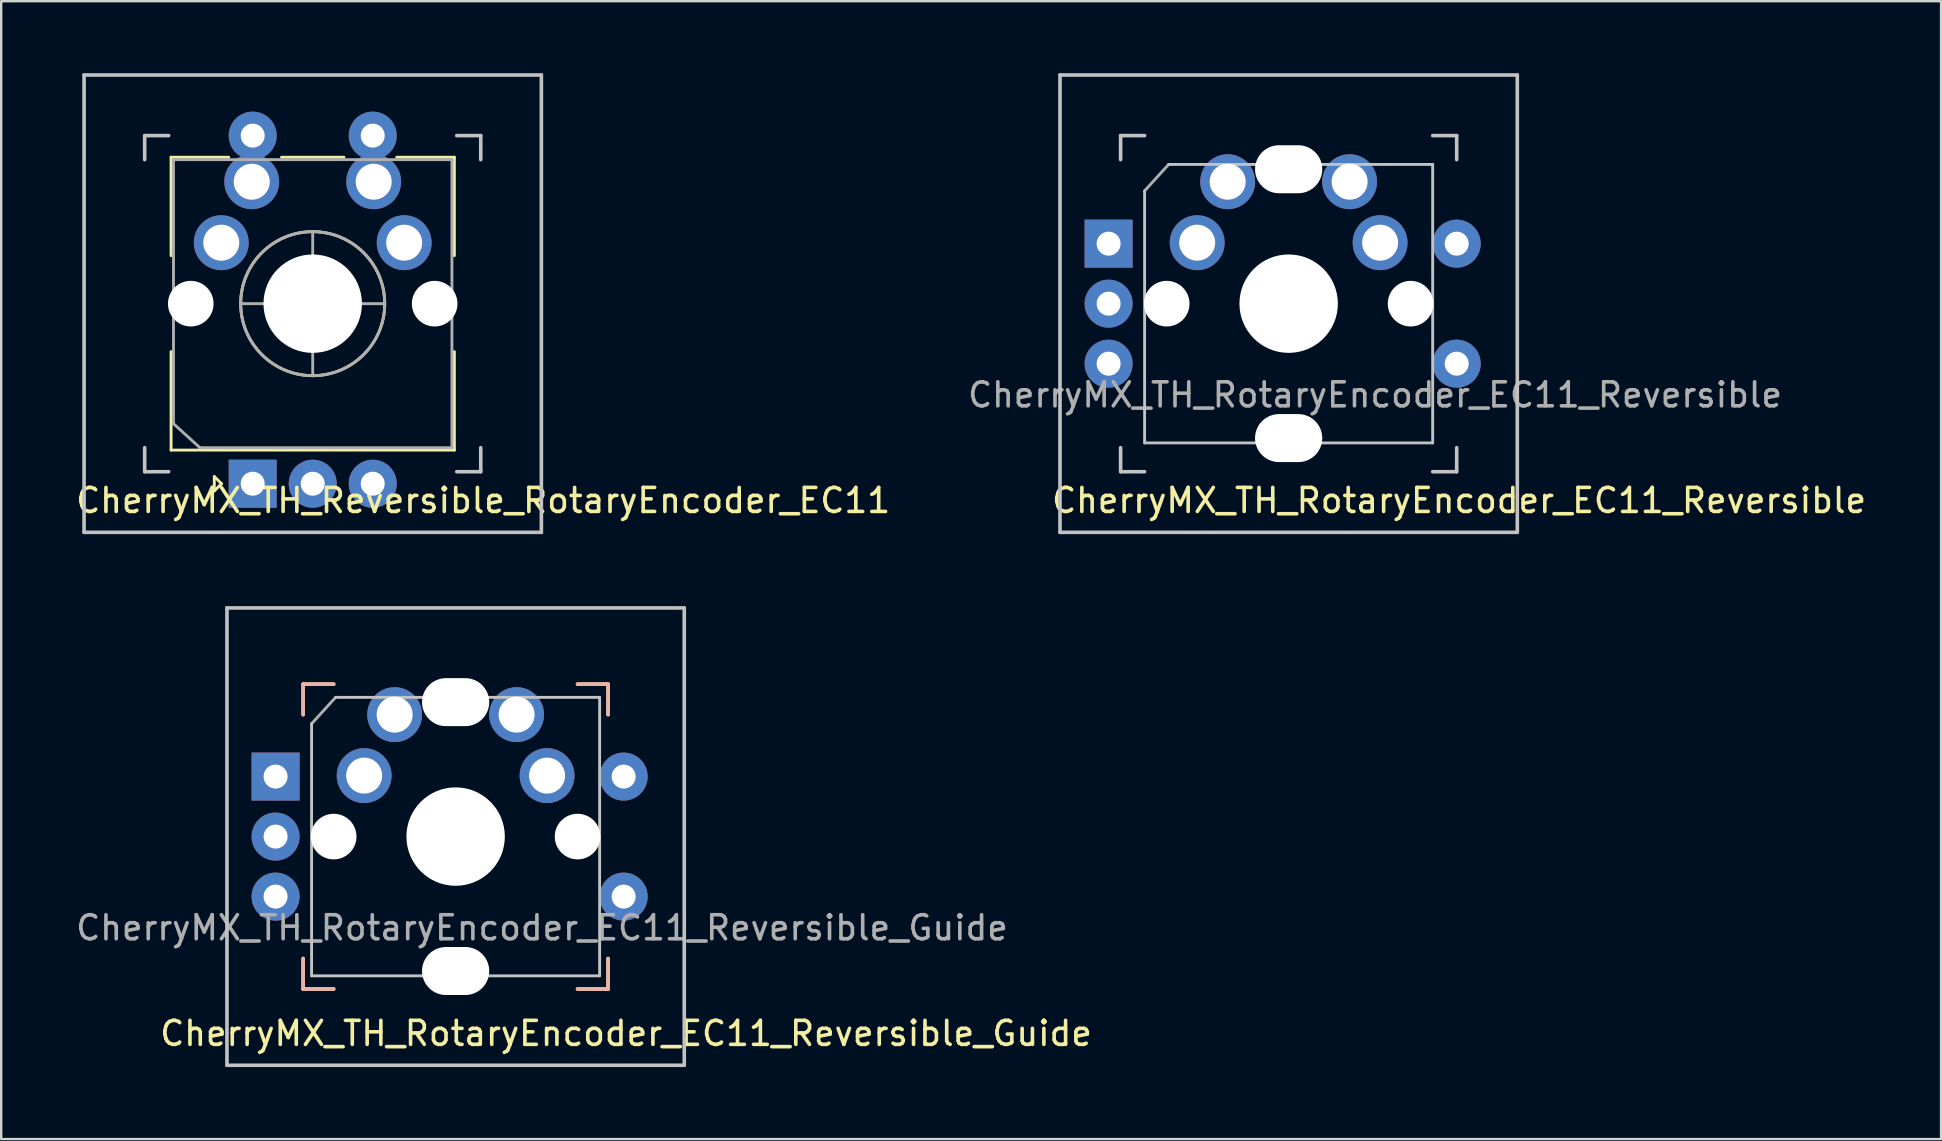
<source format=kicad_pcb>
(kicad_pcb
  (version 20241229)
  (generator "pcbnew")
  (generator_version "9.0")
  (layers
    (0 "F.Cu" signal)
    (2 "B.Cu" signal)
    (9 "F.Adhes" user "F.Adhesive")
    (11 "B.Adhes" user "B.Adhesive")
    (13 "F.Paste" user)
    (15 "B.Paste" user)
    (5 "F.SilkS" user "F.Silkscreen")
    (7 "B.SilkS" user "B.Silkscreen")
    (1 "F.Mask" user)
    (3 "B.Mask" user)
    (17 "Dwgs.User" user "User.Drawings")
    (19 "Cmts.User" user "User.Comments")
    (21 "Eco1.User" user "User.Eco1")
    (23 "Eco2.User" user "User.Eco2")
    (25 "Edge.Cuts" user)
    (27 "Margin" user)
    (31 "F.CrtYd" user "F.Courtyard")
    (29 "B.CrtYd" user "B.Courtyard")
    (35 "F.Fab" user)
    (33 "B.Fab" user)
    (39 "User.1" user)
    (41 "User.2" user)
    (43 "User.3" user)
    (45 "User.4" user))
  (footprint "CherryMX_TH_RotaryEncoder_EC11_Reversible_Guide"
    (layer "F.Cu")
    (at 15.93 31.8)
    (property "Reference" "CherryMX_TH_RotaryEncoder_EC11_Reversible_Guide" (at 7.1 8.2 0) (layer "F.SilkS") (effects (font (size 1 1) (thickness 0.15))))
    (attr through_hole)
    (fp_line (start -6.35 -6.35) (end -5.08 -6.35) (stroke (width 0.15) (type solid)) (layer "F.SilkS"))
    (fp_line (start -6.35 -5.08) (end -6.35 -6.35) (stroke (width 0.15) (type solid)) (layer "F.SilkS"))
    (fp_line (start -6.35 6.35) (end -6.35 5.08) (stroke (width 0.15) (type solid)) (layer "F.SilkS"))
    (fp_line (start -5.08 6.35) (end -6.35 6.35) (stroke (width 0.15) (type solid)) (layer "F.SilkS"))
    (fp_line (start 5.08 -6.35) (end 6.35 -6.35) (stroke (width 0.15) (type solid)) (layer "F.SilkS"))
    (fp_line (start 6.35 -6.35) (end 6.35 -5.08) (stroke (width 0.15) (type solid)) (layer "F.SilkS"))
    (fp_line (start 6.35 5.08) (end 6.35 6.35) (stroke (width 0.15) (type solid)) (layer "F.SilkS"))
    (fp_line (start 6.35 6.35) (end 5.08 6.35) (stroke (width 0.15) (type solid)) (layer "F.SilkS"))
    (fp_line (start -6.35 -6.35) (end -6.35 -5.08) (stroke (width 0.15) (type solid)) (layer "B.SilkS"))
    (fp_line (start -6.35 5.08) (end -6.35 6.35) (stroke (width 0.15) (type solid)) (layer "B.SilkS"))
    (fp_line (start -6.35 6.35) (end -5.08 6.35) (stroke (width 0.15) (type solid)) (layer "B.SilkS"))
    (fp_line (start -5.08 -6.35) (end -6.35 -6.35) (stroke (width 0.15) (type solid)) (layer "B.SilkS"))
    (fp_line (start 5.08 6.35) (end 6.35 6.35) (stroke (width 0.15) (type solid)) (layer "B.SilkS"))
    (fp_line (start 6.35 -6.35) (end 5.08 -6.35) (stroke (width 0.15) (type solid)) (layer "B.SilkS"))
    (fp_line (start 6.35 -5.08) (end 6.35 -6.35) (stroke (width 0.15) (type solid)) (layer "B.SilkS"))
    (fp_line (start 6.35 6.35) (end 6.35 5.08) (stroke (width 0.15) (type solid)) (layer "B.SilkS"))
    (fp_line (start -9.525 -9.525) (end 9.525 -9.525) (stroke (width 0.15) (type solid)) (layer "Dwgs.User"))
    (fp_line (start -9.525 9.525) (end -9.525 -9.525) (stroke (width 0.15) (type solid)) (layer "Dwgs.User"))
    (fp_line (start -6 5.8) (end -6 -4.7) (stroke (width 0.12) (type solid)) (layer "Dwgs.User"))
    (fp_line (start -5 -5.8) (end 6 -5.8) (stroke (width 0.12) (type solid)) (layer "Dwgs.User"))
    (fp_line (start 6 -5.8) (end 6 5.8) (stroke (width 0.12) (type solid)) (layer "Dwgs.User"))
    (fp_line (start 6 5.8) (end -6 5.8) (stroke (width 0.12) (type solid)) (layer "Dwgs.User"))
    (fp_line (start 9.525 -9.525) (end 9.525 9.525) (stroke (width 0.15) (type solid)) (layer "Dwgs.User"))
    (fp_line (start 9.525 9.525) (end -9.525 9.525) (stroke (width 0.15) (type solid)) (layer "Dwgs.User"))
    (fp_line (start -6 -4.7) (end -5 -5.8) (stroke (width 0.12) (type solid)) (layer "F.Fab"))
    (fp_text user "${REFERENCE}" (at 3.6 3.8 0) (layer "F.Fab") (effects (font (size 1 1) (thickness 0.15))))
    (pad "" np_thru_hole circle (at -5.08 0) (size 1.9 1.9) (drill 1.9) (layers "*.Cu" "*.Mask"))
    (pad "" np_thru_hole oval (at 0 -5.6) (size 2.8 2) (drill oval 2.8 2) (layers "*.Cu" "*.Mask"))
    (pad "" np_thru_hole circle (at 0 0 90) (size 4.1 4.1) (drill 4.1) (layers "*.Cu" "*.Mask"))
    (pad "" np_thru_hole oval (at 0 5.6) (size 2.8 2) (drill oval 2.8 2) (layers "*.Cu" "*.Mask"))
    (pad "" np_thru_hole circle (at 5.08 0) (size 1.9 1.9) (drill 1.9) (layers "*.Cu" "*.Mask"))
    (pad "A" thru_hole rect (at -7.5 -2.5) (size 2 2) (drill 1) (layers "*.Cu" "*.Mask"))
    (pad "B" thru_hole circle (at -7.5 2.5) (size 2 2) (drill 1) (layers "*.Cu" "*.Mask"))
    (pad "C" thru_hole circle (at -7.5 0) (size 2 2) (drill 1) (layers "*.Cu" "*.Mask"))
    (pad "S1" thru_hole circle (at -3.81 -2.54) (size 2.286 2.286) (drill 1.499) (layers "*.Cu" "B.Mask"))
    (pad "S1" thru_hole circle (at 3.81 -2.54) (size 2.286 2.286) (drill 1.499) (layers "*.Cu" "F.Mask"))
    (pad "S1" thru_hole circle (at 7 2.5) (size 2 2) (drill 1) (layers "*.Cu" "*.Mask"))
    (pad "S2" thru_hole circle (at -2.54 -5.08) (size 2.286 2.286) (drill 1.499) (layers "*.Cu" "F.Mask"))
    (pad "S2" thru_hole circle (at 2.54 -5.08) (size 2.286 2.286) (drill 1.499) (layers "*.Cu" "B.Mask"))
    (pad "S2" thru_hole circle (at 7 -2.5) (size 2 2) (drill 1) (layers "*.Cu" "*.Mask")))
  (footprint "CherryMX_TH_Reversible_RotaryEncoder_EC11"
    (layer "F.Cu")
    (at 9.977 9.6)
    (property "Reference" "CherryMX_TH_Reversible_RotaryEncoder_EC11" (at 7.1 8.2 0) (layer "F.SilkS") (effects (font (size 1 1) (thickness 0.15))))
    (attr through_hole)
    (fp_line (start -5.9 -6.1) (end -3.5 -6.1) (stroke (width 0.12) (type solid)) (layer "F.SilkS"))
    (fp_line (start -5.9 -2) (end -5.9 -6.1) (stroke (width 0.12) (type solid)) (layer "F.SilkS"))
    (fp_line (start -5.9 2) (end -5.9 6.1) (stroke (width 0.12) (type solid)) (layer "F.SilkS"))
    (fp_line (start -5.9 6.1) (end 5.9 6.1) (stroke (width 0.12) (type solid)) (layer "F.SilkS"))
    (fp_line (start -4.1 7.2) (end -3.8 7.5) (stroke (width 0.12) (type solid)) (layer "F.SilkS"))
    (fp_line (start -4.1 7.8) (end -4.1 7.2) (stroke (width 0.12) (type solid)) (layer "F.SilkS"))
    (fp_line (start -3.8 7.5) (end -4.1 7.8) (stroke (width 0.12) (type solid)) (layer "F.SilkS"))
    (fp_line (start -1.3 -6.1) (end 1.3 -6.1) (stroke (width 0.12) (type solid)) (layer "F.SilkS"))
    (fp_line (start -0.5 0) (end 0.5 0) (stroke (width 0.12) (type solid)) (layer "F.SilkS"))
    (fp_line (start 0 0.5) (end 0 -0.5) (stroke (width 0.12) (type solid)) (layer "F.SilkS"))
    (fp_line (start 3.5 -6.1) (end 5.9 -6.1) (stroke (width 0.12) (type solid)) (layer "F.SilkS"))
    (fp_line (start 5.9 -6.1) (end 5.9 -2) (stroke (width 0.12) (type solid)) (layer "F.SilkS"))
    (fp_line (start 5.9 2) (end 5.9 6.1) (stroke (width 0.12) (type solid)) (layer "F.SilkS"))
    (fp_circle (center 0 0) (end 0 -3) (stroke (width 0.12) (type solid)) (fill no) (layer "F.SilkS"))
    (fp_line (start -9.525 -9.525) (end 9.525 -9.525) (stroke (width 0.15) (type solid)) (layer "Dwgs.User"))
    (fp_line (start -9.525 9.525) (end -9.525 -9.525) (stroke (width 0.15) (type solid)) (layer "Dwgs.User"))
    (fp_line (start -7 -7) (end -6 -7) (stroke (width 0.15) (type solid)) (layer "Dwgs.User"))
    (fp_line (start -7 -6) (end -7 -7) (stroke (width 0.15) (type solid)) (layer "Dwgs.User"))
    (fp_line (start -7 6) (end -7 7) (stroke (width 0.15) (type solid)) (layer "Dwgs.User"))
    (fp_line (start -7 7) (end -6 7) (stroke (width 0.15) (type solid)) (layer "Dwgs.User"))
    (fp_line (start 6 7) (end 7 7) (stroke (width 0.15) (type solid)) (layer "Dwgs.User"))
    (fp_line (start 7 -7) (end 6 -7) (stroke (width 0.15) (type solid)) (layer "Dwgs.User"))
    (fp_line (start 7 -7) (end 7 -6) (stroke (width 0.15) (type solid)) (layer "Dwgs.User"))
    (fp_line (start 7 7) (end 7 6) (stroke (width 0.15) (type solid)) (layer "Dwgs.User"))
    (fp_line (start 9.525 -9.525) (end 9.525 9.525) (stroke (width 0.15) (type solid)) (layer "Dwgs.User"))
    (fp_line (start 9.525 9.525) (end -9.525 9.525) (stroke (width 0.15) (type solid)) (layer "Dwgs.User"))
    (fp_line (start -5.8 -6) (end 5.8 -6) (stroke (width 0.12) (type solid)) (layer "F.Fab"))
    (fp_line (start -5.8 5) (end -5.8 -6) (stroke (width 0.12) (type solid)) (layer "F.Fab"))
    (fp_line (start -4.7 6) (end -5.8 5) (stroke (width 0.12) (type solid)) (layer "F.Fab"))
    (fp_line (start -3 0) (end 3 0) (stroke (width 0.12) (type solid)) (layer "F.Fab"))
    (fp_line (start 0 3) (end 0 -3) (stroke (width 0.12) (type solid)) (layer "F.Fab"))
    (fp_line (start 5.8 -6) (end 5.8 6) (stroke (width 0.12) (type solid)) (layer "F.Fab"))
    (fp_line (start 5.8 6) (end -4.7 6) (stroke (width 0.12) (type solid)) (layer "F.Fab"))
    (fp_circle (center 0 0) (end 0 -3) (stroke (width 0.12) (type solid)) (fill no) (layer "F.Fab"))
    (pad "" np_thru_hole circle (at -5.08 0) (size 1.9 1.9) (drill 1.9) (layers "*.Cu" "*.Mask"))
    (pad "" np_thru_hole circle (at 0 0 90) (size 4.1 4.1) (drill 4.1) (layers "*.Cu" "*.Mask"))
    (pad "" np_thru_hole circle (at 5.08 0) (size 1.9 1.9) (drill 1.9) (layers "*.Cu" "*.Mask"))
    (pad "A" thru_hole rect (at -2.5 7.5 90) (size 2 2) (drill 1) (layers "*.Cu" "*.Mask"))
    (pad "B" thru_hole circle (at 2.5 7.5 90) (size 2 2) (drill 1) (layers "*.Cu" "*.Mask"))
    (pad "C" thru_hole circle (at 0 7.5 90) (size 2 2) (drill 1) (layers "*.Cu" "*.Mask"))
    (pad "S1" thru_hole circle (at -3.81 -2.54 90) (size 2.286 2.286) (drill 1.499) (layers "*.Cu" "*.Mask"))
    (pad "S1" thru_hole circle (at -2.54 -5.08 90) (size 2.286 2.286) (drill 1.499) (layers "*.Cu" "*.Mask"))
    (pad "S1" thru_hole circle (at 2.5 -7 90) (size 2 2) (drill 1) (layers "*.Cu" "*.Mask"))
    (pad "S2" thru_hole circle (at -2.5 -7 90) (size 2 2) (drill 1) (layers "*.Cu" "*.Mask"))
    (pad "S2" thru_hole circle (at 2.54 -5.08) (size 2.286 2.286) (drill 1.499) (layers "*.Cu" "*.Mask"))
    (pad "S2" thru_hole circle (at 3.81 -2.54) (size 2.286 2.286) (drill 1.499) (layers "*.Cu" "*.Mask")))
  (footprint "CherryMX_TH_RotaryEncoder_EC11_Reversible"
    (layer "F.Cu")
    (at 50.632 9.6)
    (property "Reference" "CherryMX_TH_RotaryEncoder_EC11_Reversible" (at 7.1 8.2 0) (layer "F.SilkS") (effects (font (size 1 1) (thickness 0.15))))
    (attr through_hole)
    (fp_line (start -9.525 -9.525) (end 9.525 -9.525) (stroke (width 0.15) (type solid)) (layer "Dwgs.User"))
    (fp_line (start -9.525 9.525) (end -9.525 -9.525) (stroke (width 0.15) (type solid)) (layer "Dwgs.User"))
    (fp_line (start -7 -7) (end -6 -7) (stroke (width 0.15) (type solid)) (layer "Dwgs.User"))
    (fp_line (start -7 -6) (end -7 -7) (stroke (width 0.15) (type solid)) (layer "Dwgs.User"))
    (fp_line (start -7 6) (end -7 7) (stroke (width 0.15) (type solid)) (layer "Dwgs.User"))
    (fp_line (start -7 7) (end -6 7) (stroke (width 0.15) (type solid)) (layer "Dwgs.User"))
    (fp_line (start -6 5.8) (end -6 -4.7) (stroke (width 0.12) (type solid)) (layer "Dwgs.User"))
    (fp_line (start -5 -5.8) (end 6 -5.8) (stroke (width 0.12) (type solid)) (layer "Dwgs.User"))
    (fp_line (start 6 -5.8) (end 6 5.8) (stroke (width 0.12) (type solid)) (layer "Dwgs.User"))
    (fp_line (start 6 5.8) (end -6 5.8) (stroke (width 0.12) (type solid)) (layer "Dwgs.User"))
    (fp_line (start 6 7) (end 7 7) (stroke (width 0.15) (type solid)) (layer "Dwgs.User"))
    (fp_line (start 7 -7) (end 6 -7) (stroke (width 0.15) (type solid)) (layer "Dwgs.User"))
    (fp_line (start 7 -7) (end 7 -6) (stroke (width 0.15) (type solid)) (layer "Dwgs.User"))
    (fp_line (start 7 7) (end 7 6) (stroke (width 0.15) (type solid)) (layer "Dwgs.User"))
    (fp_line (start 9.525 -9.525) (end 9.525 9.525) (stroke (width 0.15) (type solid)) (layer "Dwgs.User"))
    (fp_line (start 9.525 9.525) (end -9.525 9.525) (stroke (width 0.15) (type solid)) (layer "Dwgs.User"))
    (fp_line (start -0.5 0) (end 0.5 0) (stroke (width 0.12) (type solid)) (layer "B.Fab"))
    (fp_line (start -6 -4.7) (end -5 -5.8) (stroke (width 0.12) (type solid)) (layer "F.Fab"))
    (fp_text user "${REFERENCE}" (at 3.6 3.8 0) (layer "F.Fab") (effects (font (size 1 1) (thickness 0.15))))
    (pad "" np_thru_hole circle (at -5.08 0) (size 1.9 1.9) (drill 1.9) (layers "*.Cu" "*.Mask"))
    (pad "" np_thru_hole oval (at 0 -5.6) (size 2.8 2) (drill oval 2.8 2) (layers "*.Cu" "*.Mask"))
    (pad "" np_thru_hole circle (at 0 0 90) (size 4.1 4.1) (drill 4.1) (layers "*.Cu" "*.Mask"))
    (pad "" np_thru_hole oval (at 0 5.6) (size 2.8 2) (drill oval 2.8 2) (layers "*.Cu" "*.Mask"))
    (pad "" np_thru_hole circle (at 5.08 0) (size 1.9 1.9) (drill 1.9) (layers "*.Cu" "*.Mask"))
    (pad "A" thru_hole rect (at -7.5 -2.5) (size 2 2) (drill 1) (layers "*.Cu" "*.Mask"))
    (pad "B" thru_hole circle (at -7.5 2.5) (size 2 2) (drill 1) (layers "*.Cu" "*.Mask"))
    (pad "C" thru_hole circle (at -7.5 0) (size 2 2) (drill 1) (layers "*.Cu" "*.Mask"))
    (pad "S1" thru_hole circle (at -3.81 -2.54) (size 2.286 2.286) (drill 1.499) (layers "*.Cu" "B.Mask"))
    (pad "S1" thru_hole circle (at 3.81 -2.54) (size 2.286 2.286) (drill 1.499) (layers "*.Cu" "F.Mask"))
    (pad "S1" thru_hole circle (at 7 2.5) (size 2 2) (drill 1) (layers "*.Cu" "*.Mask"))
    (pad "S2" thru_hole circle (at -2.54 -5.08) (size 2.286 2.286) (drill 1.499) (layers "*.Cu" "F.Mask"))
    (pad "S2" thru_hole circle (at 2.54 -5.08) (size 2.286 2.286) (drill 1.499) (layers "*.Cu" "B.Mask"))
    (pad "S2" thru_hole circle (at 7 -2.5) (size 2 2) (drill 1) (layers "*.Cu" "*.Mask")))
  (gr_rect
    (start -3 -3)
    (end 77.81 44.4)
    (stroke (width 0.1) (type default))
    (fill no)
    (layer "Edge.Cuts")))
</source>
